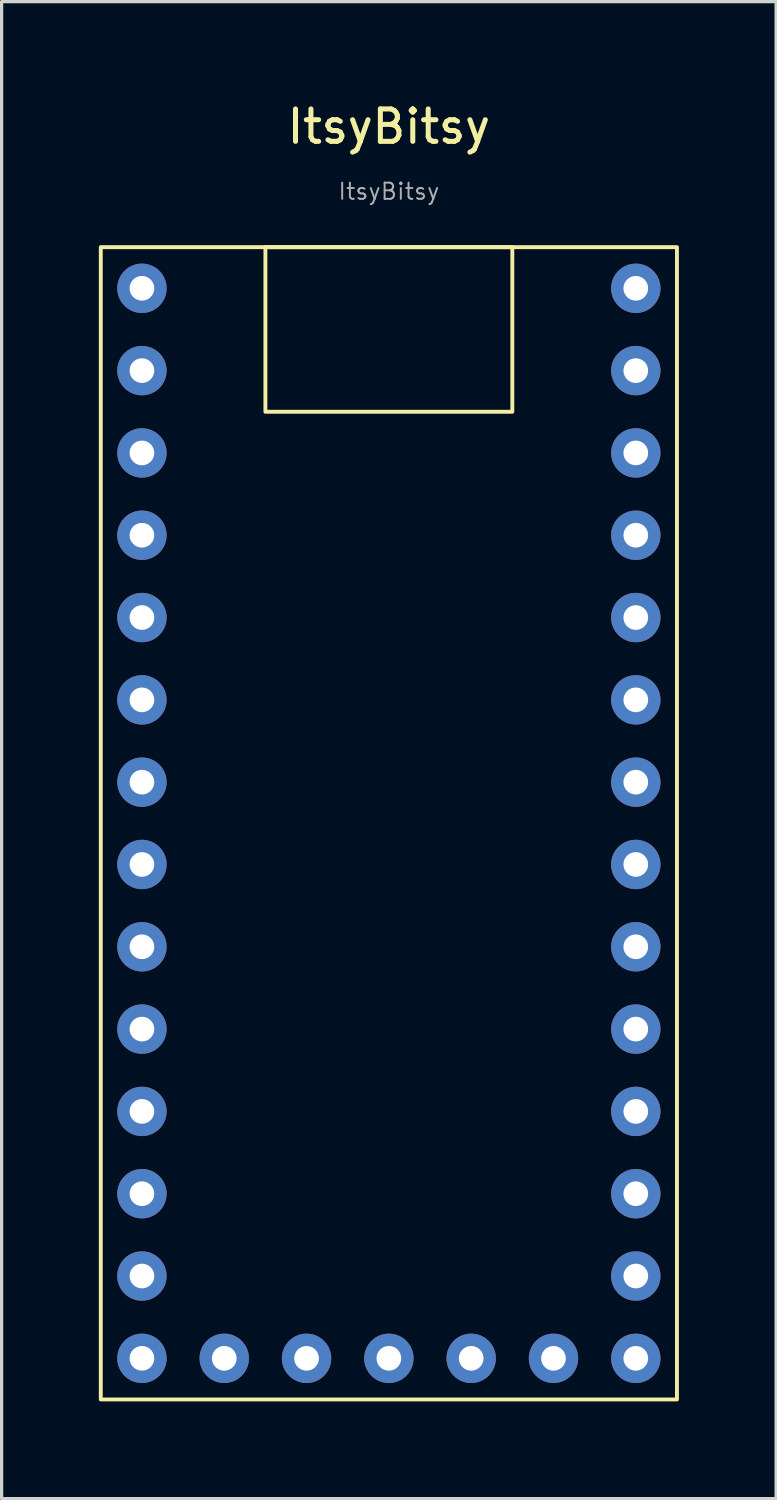
<source format=kicad_pcb>
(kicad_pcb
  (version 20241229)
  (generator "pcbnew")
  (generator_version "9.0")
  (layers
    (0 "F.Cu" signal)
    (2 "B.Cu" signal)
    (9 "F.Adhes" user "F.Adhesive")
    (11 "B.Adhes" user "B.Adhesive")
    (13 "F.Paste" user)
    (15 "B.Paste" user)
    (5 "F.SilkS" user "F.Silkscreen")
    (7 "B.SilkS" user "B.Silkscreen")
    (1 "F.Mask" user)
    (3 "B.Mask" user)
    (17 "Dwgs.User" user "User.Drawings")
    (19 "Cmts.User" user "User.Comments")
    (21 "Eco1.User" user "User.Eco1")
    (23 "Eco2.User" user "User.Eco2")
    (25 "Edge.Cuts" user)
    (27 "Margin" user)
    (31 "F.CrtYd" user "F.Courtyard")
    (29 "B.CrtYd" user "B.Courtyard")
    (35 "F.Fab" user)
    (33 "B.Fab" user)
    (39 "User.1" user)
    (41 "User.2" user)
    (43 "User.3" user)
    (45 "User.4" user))
  (footprint "ItsyBitsy"
    (layer "F.Cu")
    (at 8.95 22.357)
    (property "Reference" "ItsyBitsy" (at 0 -21.5 0) (unlocked yes) (layer "F.SilkS") (effects (font (size 1 1) (thickness 0.155))))
    (attr through_hole)
    (fp_rect (start -8.89 -17.78) (end 8.89 17.78) (stroke (width 0.12) (type default)) (fill no) (layer "F.SilkS"))
    (fp_rect (start -3.81 -17.78) (end 3.81 -12.7) (stroke (width 0.12) (type default)) (fill no) (layer "F.SilkS"))
    (fp_text user "${REFERENCE}" (at 0 -19.5 0) (unlocked yes) (layer "F.Fab") (effects (font (size 0.5 0.5) (thickness 0.06))))
    (pad "1" thru_hole circle (at -7.62 -16.51) (size 1.524 1.524) (drill 0.762) (layers "*.Cu" "*.Mask"))
    (pad "2" thru_hole circle (at -7.62 -13.97) (size 1.524 1.524) (drill 0.762) (layers "*.Cu" "*.Mask"))
    (pad "3" thru_hole circle (at -7.62 -11.43) (size 1.524 1.524) (drill 0.762) (layers "*.Cu" "*.Mask"))
    (pad "4" thru_hole circle (at -7.62 -8.89) (size 1.524 1.524) (drill 0.762) (layers "*.Cu" "*.Mask"))
    (pad "5" thru_hole circle (at -7.62 -6.35) (size 1.524 1.524) (drill 0.762) (layers "*.Cu" "*.Mask"))
    (pad "6" thru_hole circle (at -7.62 -3.81) (size 1.524 1.524) (drill 0.762) (layers "*.Cu" "*.Mask"))
    (pad "7" thru_hole circle (at -7.62 -1.27) (size 1.524 1.524) (drill 0.762) (layers "*.Cu" "*.Mask"))
    (pad "8" thru_hole circle (at -7.62 1.27) (size 1.524 1.524) (drill 0.762) (layers "*.Cu" "*.Mask"))
    (pad "9" thru_hole circle (at -7.62 3.81) (size 1.524 1.524) (drill 0.762) (layers "*.Cu" "*.Mask"))
    (pad "10" thru_hole circle (at -7.62 6.35) (size 1.524 1.524) (drill 0.762) (layers "*.Cu" "*.Mask"))
    (pad "11" thru_hole circle (at -7.62 8.89) (size 1.524 1.524) (drill 0.762) (layers "*.Cu" "*.Mask"))
    (pad "12" thru_hole circle (at -7.62 11.43) (size 1.524 1.524) (drill 0.762) (layers "*.Cu" "*.Mask"))
    (pad "13" thru_hole circle (at -7.62 13.97) (size 1.524 1.524) (drill 0.762) (layers "*.Cu" "*.Mask"))
    (pad "14" thru_hole circle (at -7.62 16.51) (size 1.524 1.524) (drill 0.762) (layers "*.Cu" "*.Mask"))
    (pad "15" thru_hole circle (at -5.08 16.51) (size 1.524 1.524) (drill 0.762) (layers "*.Cu" "*.Mask"))
    (pad "16" thru_hole circle (at -2.54 16.51) (size 1.524 1.524) (drill 0.762) (layers "*.Cu" "*.Mask"))
    (pad "17" thru_hole circle (at 0 16.51) (size 1.524 1.524) (drill 0.762) (layers "*.Cu" "*.Mask"))
    (pad "18" thru_hole circle (at 2.54 16.51) (size 1.524 1.524) (drill 0.762) (layers "*.Cu" "*.Mask"))
    (pad "19" thru_hole circle (at 5.08 16.51) (size 1.524 1.524) (drill 0.762) (layers "*.Cu" "*.Mask"))
    (pad "20" thru_hole circle (at 7.62 16.51) (size 1.524 1.524) (drill 0.762) (layers "*.Cu" "*.Mask"))
    (pad "21" thru_hole circle (at 7.62 13.97) (size 1.524 1.524) (drill 0.762) (layers "*.Cu" "*.Mask"))
    (pad "22" thru_hole circle (at 7.62 11.43) (size 1.524 1.524) (drill 0.762) (layers "*.Cu" "*.Mask"))
    (pad "23" thru_hole circle (at 7.62 8.89) (size 1.524 1.524) (drill 0.762) (layers "*.Cu" "*.Mask"))
    (pad "24" thru_hole circle (at 7.62 6.35) (size 1.524 1.524) (drill 0.762) (layers "*.Cu" "*.Mask"))
    (pad "25" thru_hole circle (at 7.62 3.81) (size 1.524 1.524) (drill 0.762) (layers "*.Cu" "*.Mask"))
    (pad "26" thru_hole circle (at 7.62 1.27) (size 1.524 1.524) (drill 0.762) (layers "*.Cu" "*.Mask"))
    (pad "27" thru_hole circle (at 7.62 -1.27) (size 1.524 1.524) (drill 0.762) (layers "*.Cu" "*.Mask"))
    (pad "28" thru_hole circle (at 7.62 -3.81) (size 1.524 1.524) (drill 0.762) (layers "*.Cu" "*.Mask"))
    (pad "29" thru_hole circle (at 7.62 -6.35) (size 1.524 1.524) (drill 0.762) (layers "*.Cu" "*.Mask"))
    (pad "30" thru_hole circle (at 7.62 -8.89) (size 1.524 1.524) (drill 0.762) (layers "*.Cu" "*.Mask"))
    (pad "31" thru_hole circle (at 7.62 -11.43) (size 1.524 1.524) (drill 0.762) (layers "*.Cu" "*.Mask"))
    (pad "32" thru_hole circle (at 7.62 -13.97) (size 1.524 1.524) (drill 0.762) (layers "*.Cu" "*.Mask"))
    (pad "33" thru_hole circle (at 7.62 -16.51) (size 1.524 1.524) (drill 0.762) (layers "*.Cu" "*.Mask")))
  (gr_rect
    (start -3 -3)
    (end 20.9 43.197)
    (stroke (width 0.1) (type default))
    (fill no)
    (layer "Edge.Cuts")))
</source>
